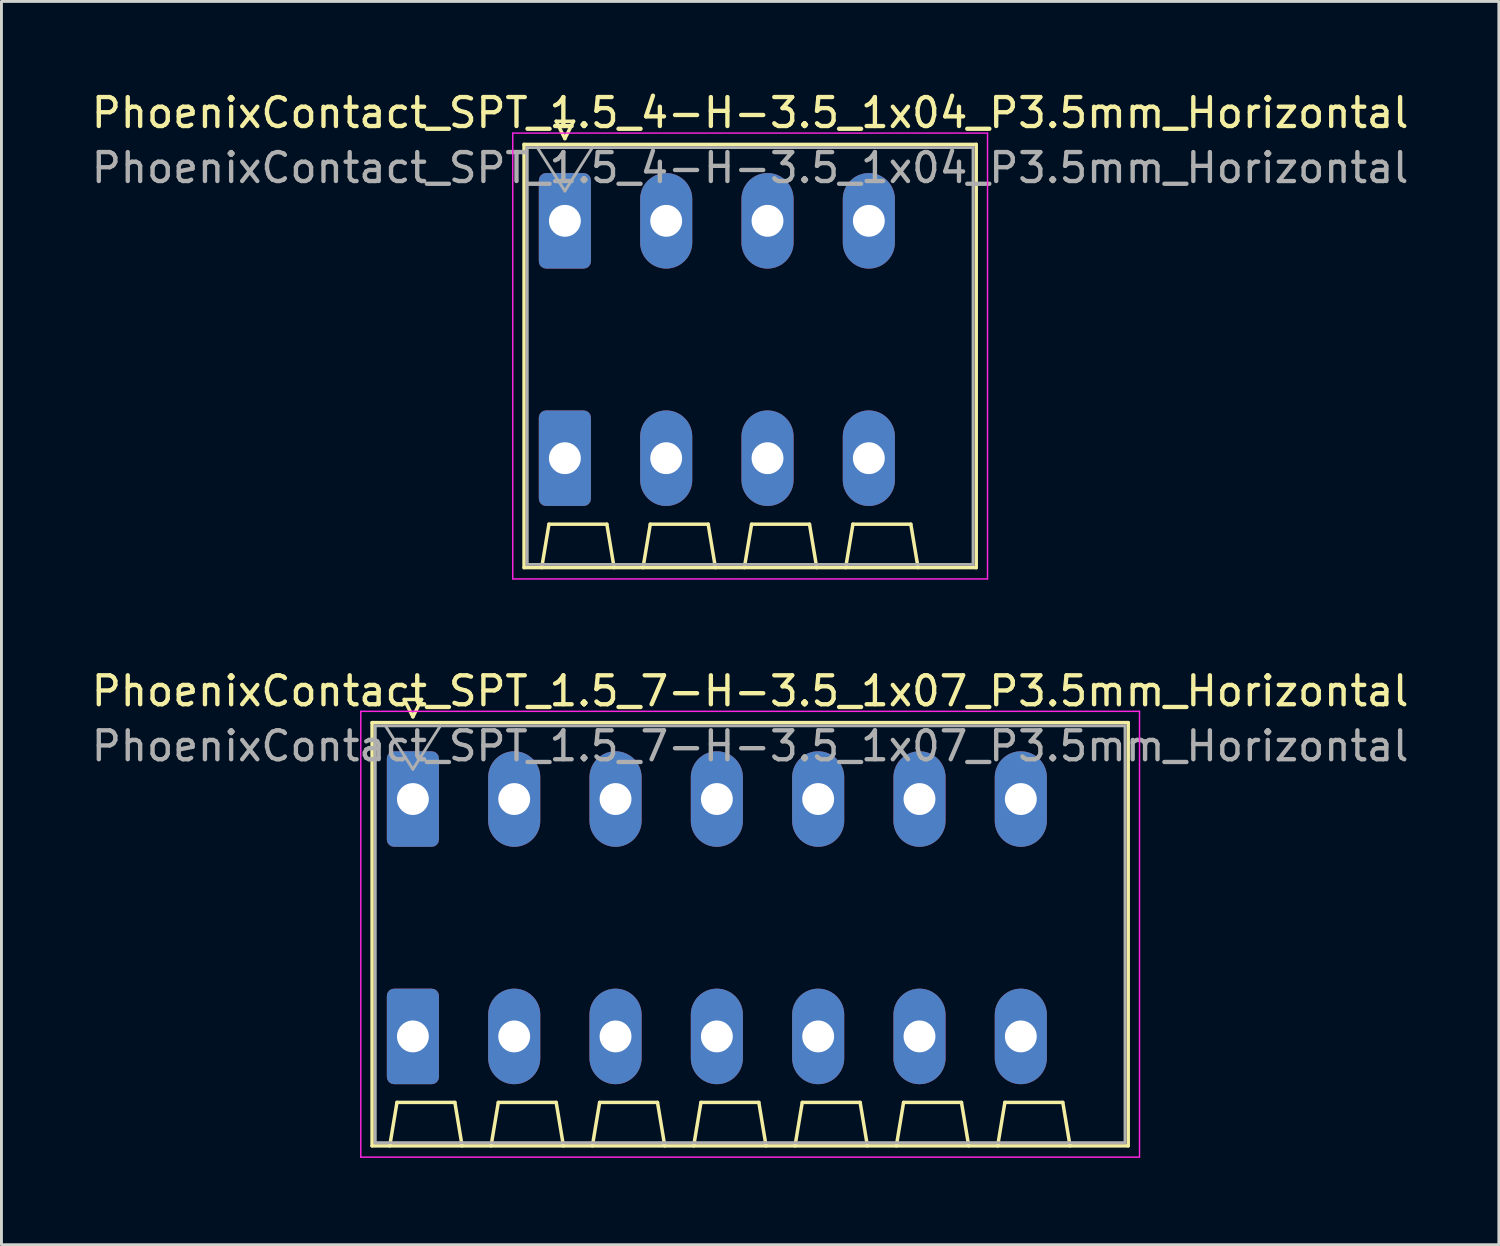
<source format=kicad_pcb>
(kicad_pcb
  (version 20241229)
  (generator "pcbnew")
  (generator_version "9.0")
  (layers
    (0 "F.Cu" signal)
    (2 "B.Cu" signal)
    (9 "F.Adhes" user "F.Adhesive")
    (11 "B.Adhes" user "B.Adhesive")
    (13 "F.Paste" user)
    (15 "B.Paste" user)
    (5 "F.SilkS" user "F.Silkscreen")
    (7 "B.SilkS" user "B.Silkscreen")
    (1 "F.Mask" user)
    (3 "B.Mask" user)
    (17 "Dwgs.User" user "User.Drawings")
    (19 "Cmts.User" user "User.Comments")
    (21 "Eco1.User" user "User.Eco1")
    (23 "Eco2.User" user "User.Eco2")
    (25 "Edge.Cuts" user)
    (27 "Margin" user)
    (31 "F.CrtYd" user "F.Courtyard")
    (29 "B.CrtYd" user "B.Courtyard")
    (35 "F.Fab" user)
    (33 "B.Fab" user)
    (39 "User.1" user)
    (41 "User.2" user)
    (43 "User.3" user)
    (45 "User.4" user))
  (footprint "PhoenixContact_SPT_1.5_4-H-3.5_1x04_P3.5mm_Horizontal"
    (layer "F.Cu")
    (at 16.463 4.578)
    (property "Reference" "PhoenixContact_SPT_1.5_4-H-3.5_1x04_P3.5mm_Horizontal" (at 6.4 -3.73 0) (layer "F.SilkS") (effects (font (size 1 1) (thickness 0.15))))
    (attr through_hole)
    (fp_line (start -1.41 -2.64) (end 14.21 -2.64) (stroke (width 0.12) (type solid)) (layer "F.SilkS"))
    (fp_line (start -1.41 11.98) (end -1.41 -2.64) (stroke (width 0.12) (type solid)) (layer "F.SilkS"))
    (fp_line (start -0.8 11.98) (end -0.55 10.48) (stroke (width 0.12) (type solid)) (layer "F.SilkS"))
    (fp_line (start -0.55 10.48) (end 1.45 10.48) (stroke (width 0.12) (type solid)) (layer "F.SilkS"))
    (fp_line (start -0.3 -3.44) (end 0 -2.84) (stroke (width 0.12) (type solid)) (layer "F.SilkS"))
    (fp_line (start -0.3 -3.44) (end 0.3 -3.44) (stroke (width 0.12) (type solid)) (layer "F.SilkS"))
    (fp_line (start 0.3 -3.44) (end 0 -2.84) (stroke (width 0.12) (type solid)) (layer "F.SilkS"))
    (fp_line (start 1.7 11.98) (end 1.45 10.48) (stroke (width 0.12) (type solid)) (layer "F.SilkS"))
    (fp_line (start 2.7 11.98) (end 2.95 10.48) (stroke (width 0.12) (type solid)) (layer "F.SilkS"))
    (fp_line (start 2.95 10.48) (end 4.95 10.48) (stroke (width 0.12) (type solid)) (layer "F.SilkS"))
    (fp_line (start 5.2 11.98) (end 4.95 10.48) (stroke (width 0.12) (type solid)) (layer "F.SilkS"))
    (fp_line (start 6.2 11.98) (end 6.45 10.48) (stroke (width 0.12) (type solid)) (layer "F.SilkS"))
    (fp_line (start 6.45 10.48) (end 8.45 10.48) (stroke (width 0.12) (type solid)) (layer "F.SilkS"))
    (fp_line (start 8.7 11.98) (end 8.45 10.48) (stroke (width 0.12) (type solid)) (layer "F.SilkS"))
    (fp_line (start 9.7 11.98) (end 9.95 10.48) (stroke (width 0.12) (type solid)) (layer "F.SilkS"))
    (fp_line (start 9.95 10.48) (end 11.95 10.48) (stroke (width 0.12) (type solid)) (layer "F.SilkS"))
    (fp_line (start 12.2 11.98) (end 11.95 10.48) (stroke (width 0.12) (type solid)) (layer "F.SilkS"))
    (fp_line (start 14.21 -2.64) (end 14.21 11.98) (stroke (width 0.12) (type solid)) (layer "F.SilkS"))
    (fp_line (start 14.21 11.98) (end -1.41 11.98) (stroke (width 0.12) (type solid)) (layer "F.SilkS"))
    (fp_line (start -1.8 -3.03) (end -1.8 12.37) (stroke (width 0.05) (type solid)) (layer "F.CrtYd"))
    (fp_line (start -1.8 12.37) (end 14.6 12.37) (stroke (width 0.05) (type solid)) (layer "F.CrtYd"))
    (fp_line (start 14.6 -3.03) (end -1.8 -3.03) (stroke (width 0.05) (type solid)) (layer "F.CrtYd"))
    (fp_line (start 14.6 12.37) (end 14.6 -3.03) (stroke (width 0.05) (type solid)) (layer "F.CrtYd"))
    (fp_line (start -1.3 -2.53) (end -1.3 11.87) (stroke (width 0.1) (type solid)) (layer "F.Fab"))
    (fp_line (start -1.3 11.87) (end 14.1 11.87) (stroke (width 0.1) (type solid)) (layer "F.Fab"))
    (fp_line (start -0.95 -2.53) (end 0 -1.03) (stroke (width 0.1) (type solid)) (layer "F.Fab"))
    (fp_line (start 0.95 -2.53) (end 0 -1.03) (stroke (width 0.1) (type solid)) (layer "F.Fab"))
    (fp_line (start 14.1 -2.53) (end -1.3 -2.53) (stroke (width 0.1) (type solid)) (layer "F.Fab"))
    (fp_line (start 14.1 11.87) (end 14.1 -2.53) (stroke (width 0.1) (type solid)) (layer "F.Fab"))
    (fp_text user "${REFERENCE}" (at 6.4 -1.83 0) (layer "F.Fab") (effects (font (size 1 1) (thickness 0.15))))
    (pad "1" thru_hole roundrect (at 0 0) (size 1.8 3.3) (drill 1.1) (layers "*.Cu" "*.Mask") (roundrect_rratio 0.139))
    (pad "1" thru_hole roundrect (at 0 8.2) (size 1.8 3.3) (drill 1.1) (layers "*.Cu" "*.Mask") (roundrect_rratio 0.139))
    (pad "2" thru_hole oval (at 3.5 0) (size 1.8 3.3) (drill 1.1) (layers "*.Cu" "*.Mask"))
    (pad "2" thru_hole oval (at 3.5 8.2) (size 1.8 3.3) (drill 1.1) (layers "*.Cu" "*.Mask"))
    (pad "3" thru_hole oval (at 7 0) (size 1.8 3.3) (drill 1.1) (layers "*.Cu" "*.Mask"))
    (pad "3" thru_hole oval (at 7 8.2) (size 1.8 3.3) (drill 1.1) (layers "*.Cu" "*.Mask"))
    (pad "4" thru_hole oval (at 10.5 0) (size 1.8 3.3) (drill 1.1) (layers "*.Cu" "*.Mask"))
    (pad "4" thru_hole oval (at 10.5 8.2) (size 1.8 3.3) (drill 1.1) (layers "*.Cu" "*.Mask")))
  (footprint "PhoenixContact_SPT_1.5_7-H-3.5_1x07_P3.5mm_Horizontal"
    (layer "F.Cu")
    (at 11.213 24.552)
    (property "Reference" "PhoenixContact_SPT_1.5_7-H-3.5_1x07_P3.5mm_Horizontal" (at 11.65 -3.73 0) (layer "F.SilkS") (effects (font (size 1 1) (thickness 0.15))))
    (attr through_hole)
    (fp_line (start -1.41 -2.64) (end 24.71 -2.64) (stroke (width 0.12) (type solid)) (layer "F.SilkS"))
    (fp_line (start -1.41 11.98) (end -1.41 -2.64) (stroke (width 0.12) (type solid)) (layer "F.SilkS"))
    (fp_line (start -0.8 11.98) (end -0.55 10.48) (stroke (width 0.12) (type solid)) (layer "F.SilkS"))
    (fp_line (start -0.55 10.48) (end 1.45 10.48) (stroke (width 0.12) (type solid)) (layer "F.SilkS"))
    (fp_line (start -0.3 -3.44) (end 0 -2.84) (stroke (width 0.12) (type solid)) (layer "F.SilkS"))
    (fp_line (start -0.3 -3.44) (end 0.3 -3.44) (stroke (width 0.12) (type solid)) (layer "F.SilkS"))
    (fp_line (start 0.3 -3.44) (end 0 -2.84) (stroke (width 0.12) (type solid)) (layer "F.SilkS"))
    (fp_line (start 1.7 11.98) (end 1.45 10.48) (stroke (width 0.12) (type solid)) (layer "F.SilkS"))
    (fp_line (start 2.7 11.98) (end 2.95 10.48) (stroke (width 0.12) (type solid)) (layer "F.SilkS"))
    (fp_line (start 2.95 10.48) (end 4.95 10.48) (stroke (width 0.12) (type solid)) (layer "F.SilkS"))
    (fp_line (start 5.2 11.98) (end 4.95 10.48) (stroke (width 0.12) (type solid)) (layer "F.SilkS"))
    (fp_line (start 6.2 11.98) (end 6.45 10.48) (stroke (width 0.12) (type solid)) (layer "F.SilkS"))
    (fp_line (start 6.45 10.48) (end 8.45 10.48) (stroke (width 0.12) (type solid)) (layer "F.SilkS"))
    (fp_line (start 8.7 11.98) (end 8.45 10.48) (stroke (width 0.12) (type solid)) (layer "F.SilkS"))
    (fp_line (start 9.7 11.98) (end 9.95 10.48) (stroke (width 0.12) (type solid)) (layer "F.SilkS"))
    (fp_line (start 9.95 10.48) (end 11.95 10.48) (stroke (width 0.12) (type solid)) (layer "F.SilkS"))
    (fp_line (start 12.2 11.98) (end 11.95 10.48) (stroke (width 0.12) (type solid)) (layer "F.SilkS"))
    (fp_line (start 13.2 11.98) (end 13.45 10.48) (stroke (width 0.12) (type solid)) (layer "F.SilkS"))
    (fp_line (start 13.45 10.48) (end 15.45 10.48) (stroke (width 0.12) (type solid)) (layer "F.SilkS"))
    (fp_line (start 15.7 11.98) (end 15.45 10.48) (stroke (width 0.12) (type solid)) (layer "F.SilkS"))
    (fp_line (start 16.7 11.98) (end 16.95 10.48) (stroke (width 0.12) (type solid)) (layer "F.SilkS"))
    (fp_line (start 16.95 10.48) (end 18.95 10.48) (stroke (width 0.12) (type solid)) (layer "F.SilkS"))
    (fp_line (start 19.2 11.98) (end 18.95 10.48) (stroke (width 0.12) (type solid)) (layer "F.SilkS"))
    (fp_line (start 20.2 11.98) (end 20.45 10.48) (stroke (width 0.12) (type solid)) (layer "F.SilkS"))
    (fp_line (start 20.45 10.48) (end 22.45 10.48) (stroke (width 0.12) (type solid)) (layer "F.SilkS"))
    (fp_line (start 22.7 11.98) (end 22.45 10.48) (stroke (width 0.12) (type solid)) (layer "F.SilkS"))
    (fp_line (start 24.71 -2.64) (end 24.71 11.98) (stroke (width 0.12) (type solid)) (layer "F.SilkS"))
    (fp_line (start 24.71 11.98) (end -1.41 11.98) (stroke (width 0.12) (type solid)) (layer "F.SilkS"))
    (fp_line (start -1.8 -3.03) (end -1.8 12.37) (stroke (width 0.05) (type solid)) (layer "F.CrtYd"))
    (fp_line (start -1.8 12.37) (end 25.1 12.37) (stroke (width 0.05) (type solid)) (layer "F.CrtYd"))
    (fp_line (start 25.1 -3.03) (end -1.8 -3.03) (stroke (width 0.05) (type solid)) (layer "F.CrtYd"))
    (fp_line (start 25.1 12.37) (end 25.1 -3.03) (stroke (width 0.05) (type solid)) (layer "F.CrtYd"))
    (fp_line (start -1.3 -2.53) (end -1.3 11.87) (stroke (width 0.1) (type solid)) (layer "F.Fab"))
    (fp_line (start -1.3 11.87) (end 24.6 11.87) (stroke (width 0.1) (type solid)) (layer "F.Fab"))
    (fp_line (start -0.95 -2.53) (end 0 -1.03) (stroke (width 0.1) (type solid)) (layer "F.Fab"))
    (fp_line (start 0.95 -2.53) (end 0 -1.03) (stroke (width 0.1) (type solid)) (layer "F.Fab"))
    (fp_line (start 24.6 -2.53) (end -1.3 -2.53) (stroke (width 0.1) (type solid)) (layer "F.Fab"))
    (fp_line (start 24.6 11.87) (end 24.6 -2.53) (stroke (width 0.1) (type solid)) (layer "F.Fab"))
    (fp_text user "${REFERENCE}" (at 11.65 -1.83 0) (layer "F.Fab") (effects (font (size 1 1) (thickness 0.15))))
    (pad "1" thru_hole roundrect (at 0 0) (size 1.8 3.3) (drill 1.1) (layers "*.Cu" "*.Mask") (roundrect_rratio 0.139))
    (pad "1" thru_hole roundrect (at 0 8.2) (size 1.8 3.3) (drill 1.1) (layers "*.Cu" "*.Mask") (roundrect_rratio 0.139))
    (pad "2" thru_hole oval (at 3.5 0) (size 1.8 3.3) (drill 1.1) (layers "*.Cu" "*.Mask"))
    (pad "2" thru_hole oval (at 3.5 8.2) (size 1.8 3.3) (drill 1.1) (layers "*.Cu" "*.Mask"))
    (pad "3" thru_hole oval (at 7 0) (size 1.8 3.3) (drill 1.1) (layers "*.Cu" "*.Mask"))
    (pad "3" thru_hole oval (at 7 8.2) (size 1.8 3.3) (drill 1.1) (layers "*.Cu" "*.Mask"))
    (pad "4" thru_hole oval (at 10.5 0) (size 1.8 3.3) (drill 1.1) (layers "*.Cu" "*.Mask"))
    (pad "4" thru_hole oval (at 10.5 8.2) (size 1.8 3.3) (drill 1.1) (layers "*.Cu" "*.Mask"))
    (pad "5" thru_hole oval (at 14 0) (size 1.8 3.3) (drill 1.1) (layers "*.Cu" "*.Mask"))
    (pad "5" thru_hole oval (at 14 8.2) (size 1.8 3.3) (drill 1.1) (layers "*.Cu" "*.Mask"))
    (pad "6" thru_hole oval (at 17.5 0) (size 1.8 3.3) (drill 1.1) (layers "*.Cu" "*.Mask"))
    (pad "6" thru_hole oval (at 17.5 8.2) (size 1.8 3.3) (drill 1.1) (layers "*.Cu" "*.Mask"))
    (pad "7" thru_hole oval (at 21 0) (size 1.8 3.3) (drill 1.1) (layers "*.Cu" "*.Mask"))
    (pad "7" thru_hole oval (at 21 8.2) (size 1.8 3.3) (drill 1.1) (layers "*.Cu" "*.Mask")))
  (gr_rect
    (start -3 -3)
    (end 48.726 39.947)
    (stroke (width 0.1) (type default))
    (fill no)
    (layer "Edge.Cuts")))
</source>
